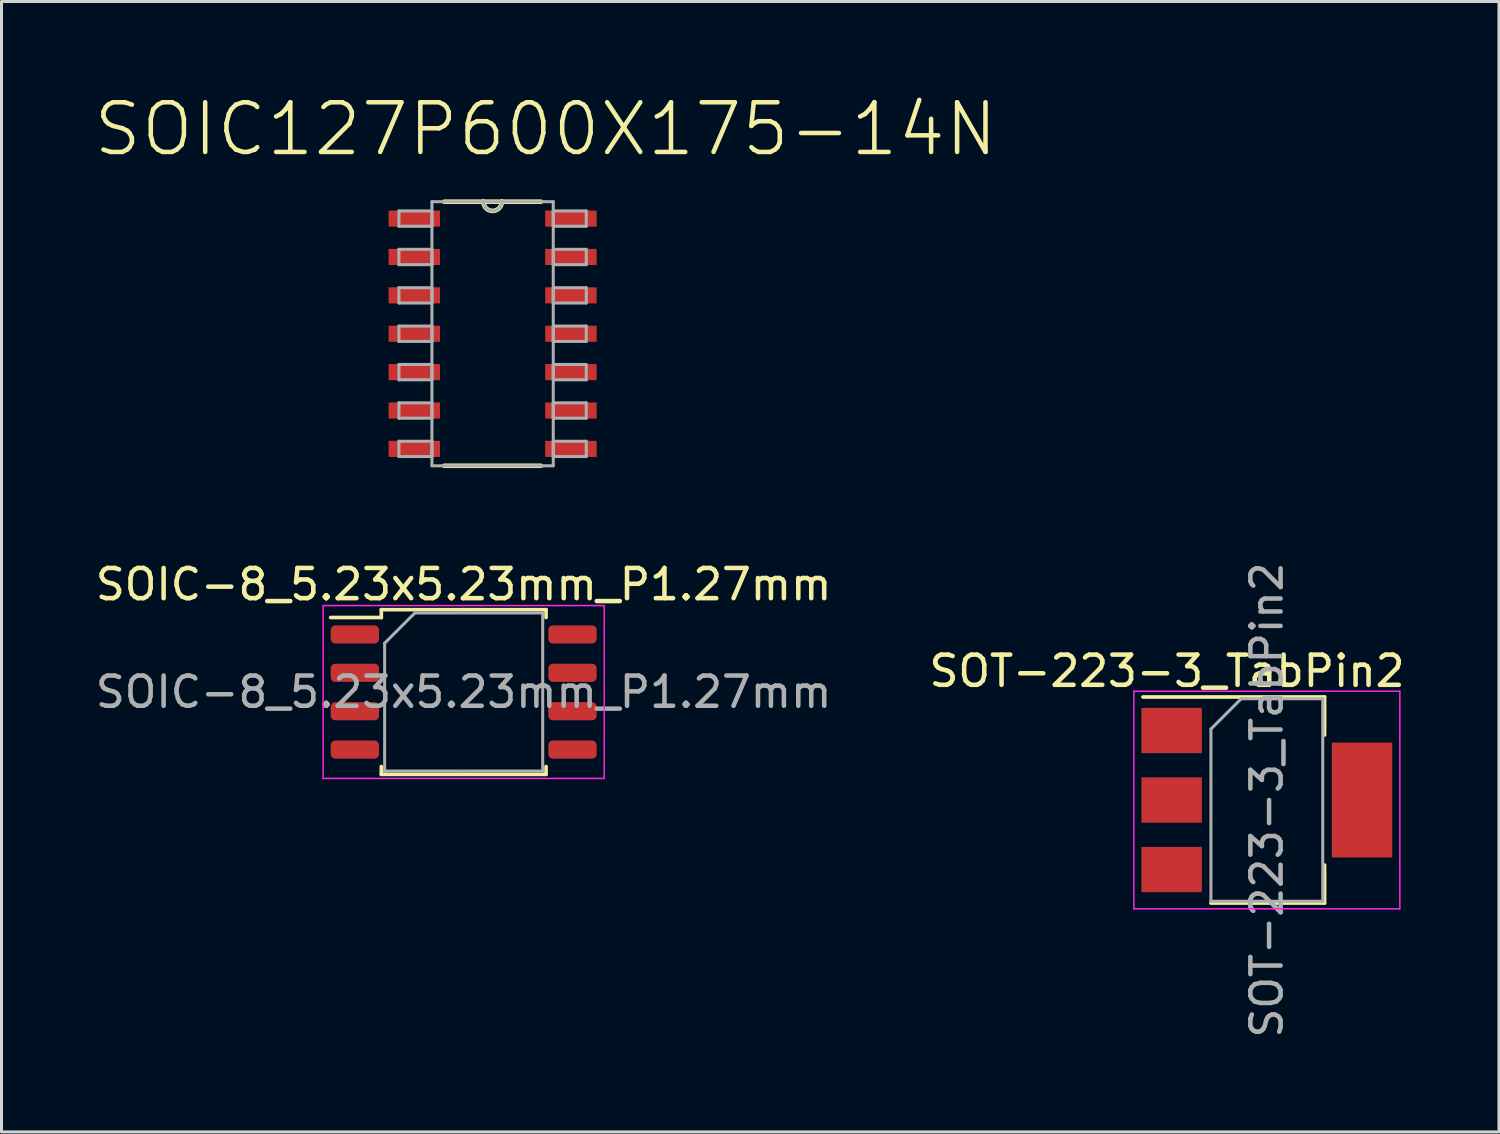
<source format=kicad_pcb>
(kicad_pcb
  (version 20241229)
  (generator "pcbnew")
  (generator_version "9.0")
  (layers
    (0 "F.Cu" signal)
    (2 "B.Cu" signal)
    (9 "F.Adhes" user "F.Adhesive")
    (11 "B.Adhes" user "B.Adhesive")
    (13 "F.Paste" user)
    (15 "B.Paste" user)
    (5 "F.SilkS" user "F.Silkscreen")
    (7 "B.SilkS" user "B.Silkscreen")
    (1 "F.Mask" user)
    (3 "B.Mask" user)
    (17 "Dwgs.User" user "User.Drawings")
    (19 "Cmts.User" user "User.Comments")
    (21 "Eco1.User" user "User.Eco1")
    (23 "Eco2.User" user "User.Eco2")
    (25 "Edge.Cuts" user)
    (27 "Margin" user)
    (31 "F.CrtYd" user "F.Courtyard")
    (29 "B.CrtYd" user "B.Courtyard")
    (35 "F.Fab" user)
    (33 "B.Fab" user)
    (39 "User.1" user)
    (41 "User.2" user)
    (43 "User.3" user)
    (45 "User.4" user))
  (footprint "SOIC-8_5.23x5.23mm_P1.27mm"
    (layer "F.Cu")
    (at 12.292 19.847)
    (property "Reference" "SOIC-8_5.23x5.23mm_P1.27mm" (at 0 -3.56 0) (layer "F.SilkS") (effects (font (size 1 1) (thickness 0.15))))
    (attr smd)
    (fp_line (start -2.725 -2.725) (end -2.725 -2.465) (stroke (width 0.12) (type solid)) (layer "F.SilkS"))
    (fp_line (start -2.725 -2.465) (end -4.4 -2.465) (stroke (width 0.12) (type solid)) (layer "F.SilkS"))
    (fp_line (start -2.725 2.725) (end -2.725 2.465) (stroke (width 0.12) (type solid)) (layer "F.SilkS"))
    (fp_line (start 0 -2.725) (end -2.725 -2.725) (stroke (width 0.12) (type solid)) (layer "F.SilkS"))
    (fp_line (start 0 -2.725) (end 2.725 -2.725) (stroke (width 0.12) (type solid)) (layer "F.SilkS"))
    (fp_line (start 0 2.725) (end -2.725 2.725) (stroke (width 0.12) (type solid)) (layer "F.SilkS"))
    (fp_line (start 0 2.725) (end 2.725 2.725) (stroke (width 0.12) (type solid)) (layer "F.SilkS"))
    (fp_line (start 2.725 -2.725) (end 2.725 -2.465) (stroke (width 0.12) (type solid)) (layer "F.SilkS"))
    (fp_line (start 2.725 2.725) (end 2.725 2.465) (stroke (width 0.12) (type solid)) (layer "F.SilkS"))
    (fp_line (start -4.65 -2.86) (end -4.65 2.86) (stroke (width 0.05) (type solid)) (layer "F.CrtYd"))
    (fp_line (start -4.65 2.86) (end 4.65 2.86) (stroke (width 0.05) (type solid)) (layer "F.CrtYd"))
    (fp_line (start 4.65 -2.86) (end -4.65 -2.86) (stroke (width 0.05) (type solid)) (layer "F.CrtYd"))
    (fp_line (start 4.65 2.86) (end 4.65 -2.86) (stroke (width 0.05) (type solid)) (layer "F.CrtYd"))
    (fp_line (start -2.615 -1.615) (end -1.615 -2.615) (stroke (width 0.1) (type solid)) (layer "F.Fab"))
    (fp_line (start -2.615 2.615) (end -2.615 -1.615) (stroke (width 0.1) (type solid)) (layer "F.Fab"))
    (fp_line (start -1.615 -2.615) (end 2.615 -2.615) (stroke (width 0.1) (type solid)) (layer "F.Fab"))
    (fp_line (start 2.615 -2.615) (end 2.615 2.615) (stroke (width 0.1) (type solid)) (layer "F.Fab"))
    (fp_line (start 2.615 2.615) (end -2.615 2.615) (stroke (width 0.1) (type solid)) (layer "F.Fab"))
    (fp_text user "${REFERENCE}" (at 0 0 0) (layer "F.Fab") (effects (font (size 1 1) (thickness 0.15))))
    (pad "1" smd roundrect (at -3.6 -1.905) (size 1.6 0.6) (layers "F.Cu" "F.Mask" "F.Paste") (roundrect_rratio 0.25))
    (pad "2" smd roundrect (at -3.6 -0.635) (size 1.6 0.6) (layers "F.Cu" "F.Mask" "F.Paste") (roundrect_rratio 0.25))
    (pad "3" smd roundrect (at -3.6 0.635) (size 1.6 0.6) (layers "F.Cu" "F.Mask" "F.Paste") (roundrect_rratio 0.25))
    (pad "4" smd roundrect (at -3.6 1.905) (size 1.6 0.6) (layers "F.Cu" "F.Mask" "F.Paste") (roundrect_rratio 0.25))
    (pad "5" smd roundrect (at 3.6 1.905) (size 1.6 0.6) (layers "F.Cu" "F.Mask" "F.Paste") (roundrect_rratio 0.25))
    (pad "6" smd roundrect (at 3.6 0.635) (size 1.6 0.6) (layers "F.Cu" "F.Mask" "F.Paste") (roundrect_rratio 0.25))
    (pad "7" smd roundrect (at 3.6 -0.635) (size 1.6 0.6) (layers "F.Cu" "F.Mask" "F.Paste") (roundrect_rratio 0.25))
    (pad "8" smd roundrect (at 3.6 -1.905) (size 1.6 0.6) (layers "F.Cu" "F.Mask" "F.Paste") (roundrect_rratio 0.25)))
  (footprint "SOT-223-3_TabPin2"
    (layer "F.Cu")
    (at 38.867 23.421)
    (property "Reference" "SOT-223-3_TabPin2" (at -3.302 -4.267 0) (layer "F.SilkS") (effects (font (size 1 1) (thickness 0.15))))
    (attr smd)
    (fp_line (start -4.1 -3.41) (end 1.91 -3.41) (stroke (width 0.12) (type solid)) (layer "F.SilkS"))
    (fp_line (start -1.85 3.41) (end 1.91 3.41) (stroke (width 0.12) (type solid)) (layer "F.SilkS"))
    (fp_line (start 1.91 -3.41) (end 1.91 -2.15) (stroke (width 0.12) (type solid)) (layer "F.SilkS"))
    (fp_line (start 1.91 3.41) (end 1.91 2.15) (stroke (width 0.12) (type solid)) (layer "F.SilkS"))
    (fp_line (start -4.4 -3.6) (end -4.4 3.6) (stroke (width 0.05) (type solid)) (layer "F.CrtYd"))
    (fp_line (start -4.4 3.6) (end 4.4 3.6) (stroke (width 0.05) (type solid)) (layer "F.CrtYd"))
    (fp_line (start 4.4 -3.6) (end -4.4 -3.6) (stroke (width 0.05) (type solid)) (layer "F.CrtYd"))
    (fp_line (start 4.4 3.6) (end 4.4 -3.6) (stroke (width 0.05) (type solid)) (layer "F.CrtYd"))
    (fp_line (start -1.85 -2.35) (end -1.85 3.35) (stroke (width 0.1) (type solid)) (layer "F.Fab"))
    (fp_line (start -1.85 -2.35) (end -0.85 -3.35) (stroke (width 0.1) (type solid)) (layer "F.Fab"))
    (fp_line (start -1.85 3.35) (end 1.85 3.35) (stroke (width 0.1) (type solid)) (layer "F.Fab"))
    (fp_line (start -0.85 -3.35) (end 1.85 -3.35) (stroke (width 0.1) (type solid)) (layer "F.Fab"))
    (fp_line (start 1.85 -3.35) (end 1.85 3.35) (stroke (width 0.1) (type solid)) (layer "F.Fab"))
    (fp_text user "${REFERENCE}" (at 0 0 270) (layer "F.Fab") (effects (font (size 1 1) (thickness 0.15))))
    (pad "1" smd rect (at -3.15 -2.3) (size 2 1.5) (layers "F.Cu" "F.Mask" "F.Paste"))
    (pad "2" smd rect (at -3.15 0) (size 2 1.5) (layers "F.Cu" "F.Mask" "F.Paste"))
    (pad "2" smd rect (at 3.15 0) (size 2 3.8) (layers "F.Cu" "F.Mask" "F.Paste"))
    (pad "3" smd rect (at -3.15 2.3) (size 2 1.5) (layers "F.Cu" "F.Mask" "F.Paste")))
  (footprint "SOIC127P600X175-14N"
    (layer "F.Cu")
    (at 13.249 7.993)
    (property "Reference" "SOIC127P600X175-14N" (at 1.756 -6.769 0) (layer "F.SilkS") (effects (font (size 1.643 1.643) (thickness 0.15))))
    (attr smd)
    (fp_line (start -1.6 4.369) (end 1.6 4.369) (stroke (width 0.152) (type solid)) (layer "F.SilkS"))
    (fp_line (start -0.305 -4.369) (end -1.6 -4.369) (stroke (width 0.152) (type solid)) (layer "F.SilkS"))
    (fp_line (start 0.305 -4.369) (end -0.305 -4.369) (stroke (width 0.152) (type solid)) (layer "F.SilkS"))
    (fp_line (start 1.6 -4.369) (end 0.305 -4.369) (stroke (width 0.152) (type solid)) (layer "F.SilkS"))
    (fp_arc (start 0.3048 -4.3688) (mid 0 -4.064) (end -0.3048 -4.3688) (stroke (width 0.1524) (type solid)) (layer "F.SilkS"))
    (fp_line (start -3.099 -4.064) (end -3.099 -3.556) (stroke (width 0.1) (type solid)) (layer "F.Fab"))
    (fp_line (start -3.099 -3.556) (end -2.007 -3.556) (stroke (width 0.1) (type solid)) (layer "F.Fab"))
    (fp_line (start -3.099 -2.794) (end -3.099 -2.286) (stroke (width 0.1) (type solid)) (layer "F.Fab"))
    (fp_line (start -3.099 -2.286) (end -2.007 -2.286) (stroke (width 0.1) (type solid)) (layer "F.Fab"))
    (fp_line (start -3.099 -1.524) (end -3.099 -1.016) (stroke (width 0.1) (type solid)) (layer "F.Fab"))
    (fp_line (start -3.099 -1.016) (end -2.007 -1.016) (stroke (width 0.1) (type solid)) (layer "F.Fab"))
    (fp_line (start -3.099 -0.254) (end -3.099 0.254) (stroke (width 0.1) (type solid)) (layer "F.Fab"))
    (fp_line (start -3.099 0.254) (end -2.007 0.254) (stroke (width 0.1) (type solid)) (layer "F.Fab"))
    (fp_line (start -3.099 1.016) (end -3.099 1.524) (stroke (width 0.1) (type solid)) (layer "F.Fab"))
    (fp_line (start -3.099 1.524) (end -2.007 1.524) (stroke (width 0.1) (type solid)) (layer "F.Fab"))
    (fp_line (start -3.099 2.286) (end -3.099 2.794) (stroke (width 0.1) (type solid)) (layer "F.Fab"))
    (fp_line (start -3.099 2.794) (end -2.007 2.794) (stroke (width 0.1) (type solid)) (layer "F.Fab"))
    (fp_line (start -3.099 3.556) (end -3.099 4.064) (stroke (width 0.1) (type solid)) (layer "F.Fab"))
    (fp_line (start -3.099 4.064) (end -2.007 4.064) (stroke (width 0.1) (type solid)) (layer "F.Fab"))
    (fp_line (start -2.007 -4.369) (end -2.007 4.369) (stroke (width 0.1) (type solid)) (layer "F.Fab"))
    (fp_line (start -2.007 -4.064) (end -3.099 -4.064) (stroke (width 0.1) (type solid)) (layer "F.Fab"))
    (fp_line (start -2.007 -3.556) (end -2.007 -4.064) (stroke (width 0.1) (type solid)) (layer "F.Fab"))
    (fp_line (start -2.007 -2.794) (end -3.099 -2.794) (stroke (width 0.1) (type solid)) (layer "F.Fab"))
    (fp_line (start -2.007 -2.286) (end -2.007 -2.794) (stroke (width 0.1) (type solid)) (layer "F.Fab"))
    (fp_line (start -2.007 -1.524) (end -3.099 -1.524) (stroke (width 0.1) (type solid)) (layer "F.Fab"))
    (fp_line (start -2.007 -1.016) (end -2.007 -1.524) (stroke (width 0.1) (type solid)) (layer "F.Fab"))
    (fp_line (start -2.007 -0.254) (end -3.099 -0.254) (stroke (width 0.1) (type solid)) (layer "F.Fab"))
    (fp_line (start -2.007 0.254) (end -2.007 -0.254) (stroke (width 0.1) (type solid)) (layer "F.Fab"))
    (fp_line (start -2.007 1.016) (end -3.099 1.016) (stroke (width 0.1) (type solid)) (layer "F.Fab"))
    (fp_line (start -2.007 1.524) (end -2.007 1.016) (stroke (width 0.1) (type solid)) (layer "F.Fab"))
    (fp_line (start -2.007 2.286) (end -3.099 2.286) (stroke (width 0.1) (type solid)) (layer "F.Fab"))
    (fp_line (start -2.007 2.794) (end -2.007 2.286) (stroke (width 0.1) (type solid)) (layer "F.Fab"))
    (fp_line (start -2.007 3.556) (end -3.099 3.556) (stroke (width 0.1) (type solid)) (layer "F.Fab"))
    (fp_line (start -2.007 4.064) (end -2.007 3.556) (stroke (width 0.1) (type solid)) (layer "F.Fab"))
    (fp_line (start -2.007 4.369) (end 2.007 4.369) (stroke (width 0.1) (type solid)) (layer "F.Fab"))
    (fp_line (start -0.305 -4.369) (end -2.007 -4.369) (stroke (width 0.1) (type solid)) (layer "F.Fab"))
    (fp_line (start 0.305 -4.369) (end -0.305 -4.369) (stroke (width 0.1) (type solid)) (layer "F.Fab"))
    (fp_line (start 2.007 -4.369) (end 0.305 -4.369) (stroke (width 0.1) (type solid)) (layer "F.Fab"))
    (fp_line (start 2.007 -4.064) (end 2.007 -3.556) (stroke (width 0.1) (type solid)) (layer "F.Fab"))
    (fp_line (start 2.007 -3.556) (end 3.099 -3.556) (stroke (width 0.1) (type solid)) (layer "F.Fab"))
    (fp_line (start 2.007 -2.794) (end 2.007 -2.286) (stroke (width 0.1) (type solid)) (layer "F.Fab"))
    (fp_line (start 2.007 -2.286) (end 3.099 -2.286) (stroke (width 0.1) (type solid)) (layer "F.Fab"))
    (fp_line (start 2.007 -1.524) (end 2.007 -1.016) (stroke (width 0.1) (type solid)) (layer "F.Fab"))
    (fp_line (start 2.007 -1.016) (end 3.099 -1.016) (stroke (width 0.1) (type solid)) (layer "F.Fab"))
    (fp_line (start 2.007 -0.254) (end 2.007 0.254) (stroke (width 0.1) (type solid)) (layer "F.Fab"))
    (fp_line (start 2.007 0.254) (end 3.099 0.254) (stroke (width 0.1) (type solid)) (layer "F.Fab"))
    (fp_line (start 2.007 1.016) (end 2.007 1.524) (stroke (width 0.1) (type solid)) (layer "F.Fab"))
    (fp_line (start 2.007 1.524) (end 3.099 1.524) (stroke (width 0.1) (type solid)) (layer "F.Fab"))
    (fp_line (start 2.007 2.286) (end 2.007 2.794) (stroke (width 0.1) (type solid)) (layer "F.Fab"))
    (fp_line (start 2.007 2.794) (end 3.099 2.794) (stroke (width 0.1) (type solid)) (layer "F.Fab"))
    (fp_line (start 2.007 3.556) (end 2.007 4.064) (stroke (width 0.1) (type solid)) (layer "F.Fab"))
    (fp_line (start 2.007 4.064) (end 3.099 4.064) (stroke (width 0.1) (type solid)) (layer "F.Fab"))
    (fp_line (start 2.007 4.369) (end 2.007 -4.369) (stroke (width 0.1) (type solid)) (layer "F.Fab"))
    (fp_line (start 3.099 -4.064) (end 2.007 -4.064) (stroke (width 0.1) (type solid)) (layer "F.Fab"))
    (fp_line (start 3.099 -3.556) (end 3.099 -4.064) (stroke (width 0.1) (type solid)) (layer "F.Fab"))
    (fp_line (start 3.099 -2.794) (end 2.007 -2.794) (stroke (width 0.1) (type solid)) (layer "F.Fab"))
    (fp_line (start 3.099 -2.286) (end 3.099 -2.794) (stroke (width 0.1) (type solid)) (layer "F.Fab"))
    (fp_line (start 3.099 -1.524) (end 2.007 -1.524) (stroke (width 0.1) (type solid)) (layer "F.Fab"))
    (fp_line (start 3.099 -1.016) (end 3.099 -1.524) (stroke (width 0.1) (type solid)) (layer "F.Fab"))
    (fp_line (start 3.099 -0.254) (end 2.007 -0.254) (stroke (width 0.1) (type solid)) (layer "F.Fab"))
    (fp_line (start 3.099 0.254) (end 3.099 -0.254) (stroke (width 0.1) (type solid)) (layer "F.Fab"))
    (fp_line (start 3.099 1.016) (end 2.007 1.016) (stroke (width 0.1) (type solid)) (layer "F.Fab"))
    (fp_line (start 3.099 1.524) (end 3.099 1.016) (stroke (width 0.1) (type solid)) (layer "F.Fab"))
    (fp_line (start 3.099 2.286) (end 2.007 2.286) (stroke (width 0.1) (type solid)) (layer "F.Fab"))
    (fp_line (start 3.099 2.794) (end 3.099 2.286) (stroke (width 0.1) (type solid)) (layer "F.Fab"))
    (fp_line (start 3.099 3.556) (end 2.007 3.556) (stroke (width 0.1) (type solid)) (layer "F.Fab"))
    (fp_line (start 3.099 4.064) (end 3.099 3.556) (stroke (width 0.1) (type solid)) (layer "F.Fab"))
    (fp_arc (start 0.3048 -4.3688) (mid 0 -4.064) (end -0.3048 -4.3688) (stroke (width 0.1) (type solid)) (layer "F.Fab"))
    (pad "1" smd rect (at -2.591 -3.81) (size 1.702 0.533) (layers "F.Cu" "F.Mask" "F.Paste"))
    (pad "2" smd rect (at -2.591 -2.54) (size 1.702 0.533) (layers "F.Cu" "F.Mask" "F.Paste"))
    (pad "3" smd rect (at -2.591 -1.27) (size 1.702 0.533) (layers "F.Cu" "F.Mask" "F.Paste"))
    (pad "4" smd rect (at -2.591 0) (size 1.702 0.533) (layers "F.Cu" "F.Mask" "F.Paste"))
    (pad "5" smd rect (at -2.591 1.27) (size 1.702 0.533) (layers "F.Cu" "F.Mask" "F.Paste"))
    (pad "6" smd rect (at -2.591 2.54) (size 1.702 0.533) (layers "F.Cu" "F.Mask" "F.Paste"))
    (pad "7" smd rect (at -2.591 3.81) (size 1.702 0.533) (layers "F.Cu" "F.Mask" "F.Paste"))
    (pad "8" smd rect (at 2.591 3.81) (size 1.702 0.533) (layers "F.Cu" "F.Mask" "F.Paste"))
    (pad "9" smd rect (at 2.591 2.54) (size 1.702 0.533) (layers "F.Cu" "F.Mask" "F.Paste"))
    (pad "10" smd rect (at 2.591 1.27) (size 1.702 0.533) (layers "F.Cu" "F.Mask" "F.Paste"))
    (pad "11" smd rect (at 2.591 0) (size 1.702 0.533) (layers "F.Cu" "F.Mask" "F.Paste"))
    (pad "12" smd rect (at 2.591 -1.27) (size 1.702 0.533) (layers "F.Cu" "F.Mask" "F.Paste"))
    (pad "13" smd rect (at 2.591 -2.54) (size 1.702 0.533) (layers "F.Cu" "F.Mask" "F.Paste"))
    (pad "14" smd rect (at 2.591 -3.81) (size 1.702 0.533) (layers "F.Cu" "F.Mask" "F.Paste")))
  (gr_rect
    (start -3 -3)
    (end 46.548 34.403)
    (stroke (width 0.1) (type default))
    (fill no)
    (layer "Edge.Cuts")))
</source>
